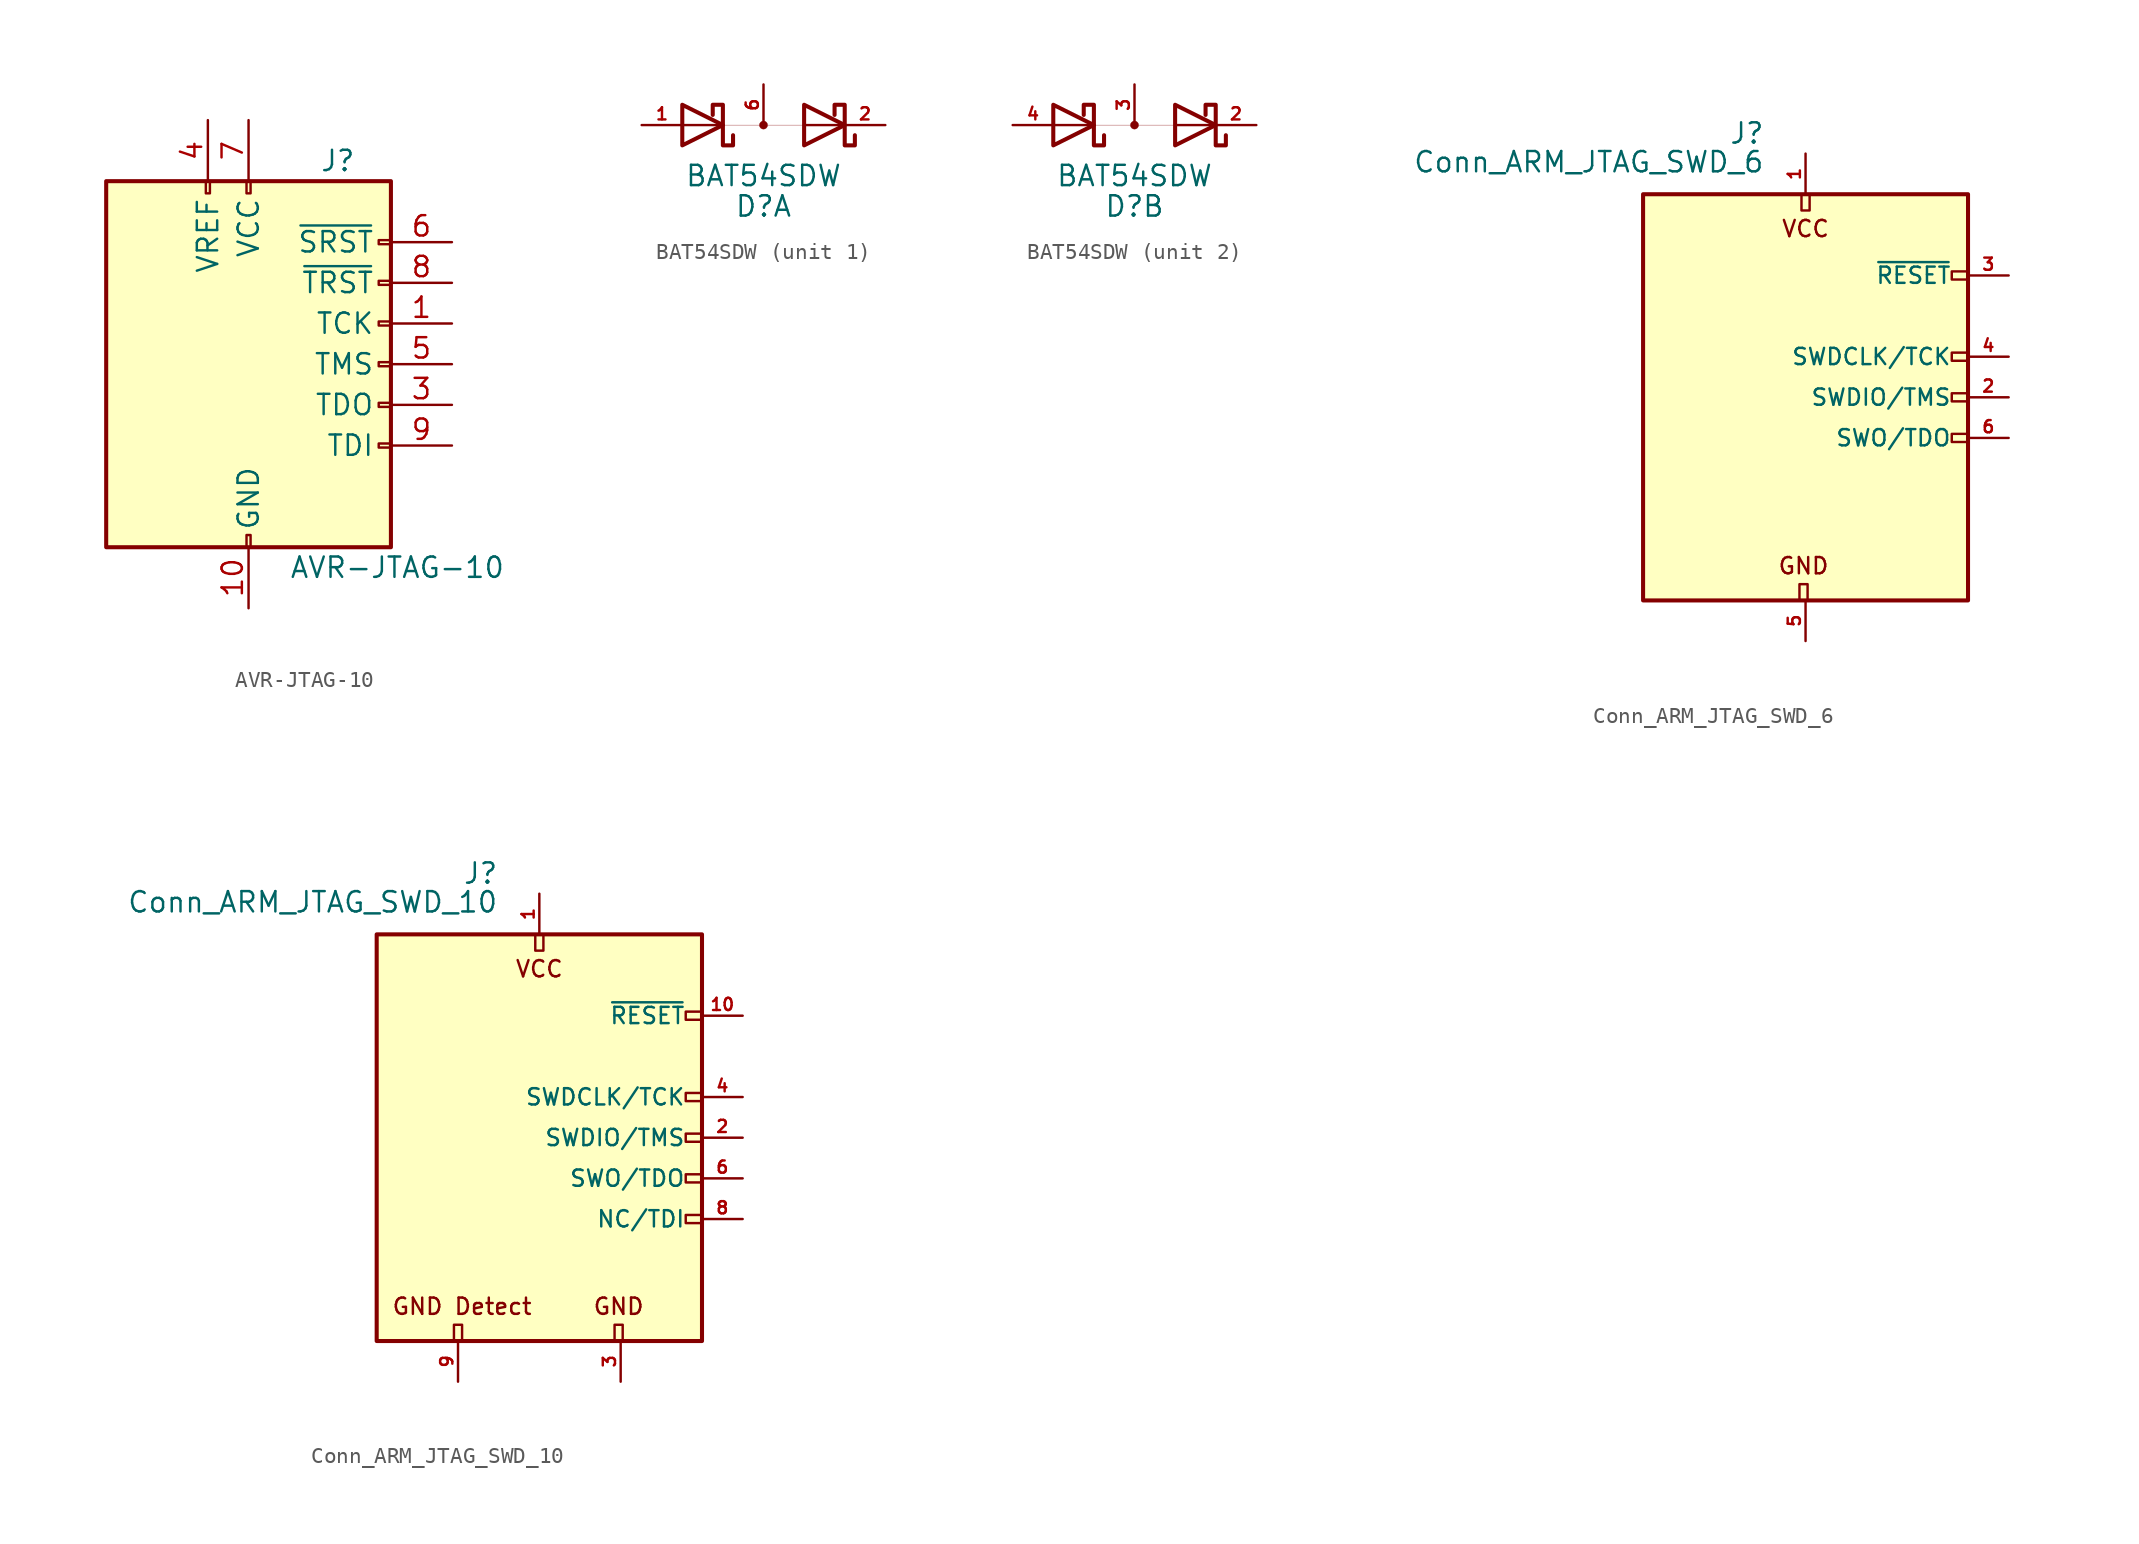
<source format=kicad_sym>
(kicad_symbol_lib
  (version 20201005)
  (generator kicad_symbol_editor)
  (symbol "acheronSymbols:AVR-JTAG-10"
    (pin_names
      (offset 1.016))
    (property "Reference" "J"
      (at 4.445 12.7 0)
      (effects (font (size 1.27 1.27)) (justify left)))
    (property "Value" "AVR-JTAG-10"
      (at 2.54 -12.7 0)
      (effects (font (size 1.27 1.27)) (justify left)))
    (symbol "AVR-JTAG-10_0_1"
      (rectangle (start -2.667 11.43) (end -2.413 10.668) (stroke (width 0)) (fill (type none)))
      (rectangle (start -0.127 -10.668) (end 0.127 -11.43) (stroke (width 0)) (fill (type none)))
      (rectangle (start -0.127 11.43) (end 0.127 10.668) (stroke (width 0)) (fill (type none)))
      (rectangle (start 8.89 -4.953) (end 8.128 -5.207) (stroke (width 0)) (fill (type none)))
      (rectangle (start 8.89 -2.413) (end 8.128 -2.667) (stroke (width 0)) (fill (type none)))
      (rectangle (start 8.89 0.127) (end 8.128 -0.127) (stroke (width 0)) (fill (type none)))
      (rectangle (start 8.89 2.667) (end 8.128 2.413) (stroke (width 0)) (fill (type none)))
      (rectangle (start 8.89 5.207) (end 8.128 4.953) (stroke (width 0)) (fill (type none)))
      (rectangle (start 8.89 7.747) (end 8.128 7.493) (stroke (width 0)) (fill (type none)))
      (rectangle (start 8.89 11.43) (end -8.89 -11.43) (stroke (width 0.254)) (fill (type background))))
    (symbol "AVR-JTAG-10_1_1"
      (pin passive line (at 12.7 2.54 180) (length 3.81) (name "TCK" (effects (font (size 1.27 1.27)))) (number "1" (effects (font (size 1.27 1.27)))))
      (pin power_in line (at 0 -15.24 90) (length 3.81) (name "GND" (effects (font (size 1.27 1.27)))) (number "10" (effects (font (size 1.27 1.27)))))
      (pin passive line (at 0 -15.24 90) (length 3.81) hide (name "GND" (effects (font (size 1.27 1.27)))) (number "2" (effects (font (size 1.27 1.27)))))
      (pin passive line (at 12.7 -2.54 180) (length 3.81) (name "TDO" (effects (font (size 1.27 1.27)))) (number "3" (effects (font (size 1.27 1.27)))))
      (pin passive line (at -2.54 15.24 270) (length 3.81) (name "VREF" (effects (font (size 1.27 1.27)))) (number "4" (effects (font (size 1.27 1.27)))))
      (pin passive line (at 12.7 0 180) (length 3.81) (name "TMS" (effects (font (size 1.27 1.27)))) (number "5" (effects (font (size 1.27 1.27)))))
      (pin passive line (at 12.7 7.62 180) (length 3.81) (name "~SRST" (effects (font (size 1.27 1.27)))) (number "6" (effects (font (size 1.27 1.27)))))
      (pin power_in line (at 0 15.24 270) (length 3.81) (name "VCC" (effects (font (size 1.27 1.27)))) (number "7" (effects (font (size 1.27 1.27)))))
      (pin passive line (at 12.7 5.08 180) (length 3.81) (name "~TRST" (effects (font (size 1.27 1.27)))) (number "8" (effects (font (size 1.27 1.27)))))
      (pin passive line (at 12.7 -5.08 180) (length 3.81) (name "TDI" (effects (font (size 1.27 1.27)))) (number "9" (effects (font (size 1.27 1.27)))))))
  (symbol "acheronSymbols:BAT54SDW"
    (pin_names
      (offset 1.016))
    (property "Reference" "D"
      (at 0 -5.08 0)
      (effects (font (size 1.27 1.27))))
    (property "Value" "BAT54SDW"
      (at 0 -3.175 0)
      (effects (font (size 1.27 1.27))))
    (symbol "BAT54SDW_0_1"
      (circle (center 0 0) (radius 0.254) (stroke (width 0.003)) (fill (type outline)))
      (rectangle (start -2.54 0) (end 2.54 0) (stroke (width 0.001)) (fill (type none)))
      (polyline (pts (xy -5.08 0) (xy -2.54 0)) (stroke (width 0)) (fill (type none)))
      (polyline (pts (xy 2.54 0) (xy 5.08 0)) (stroke (width 0)) (fill (type none)))
      (polyline (pts (xy -5.08 -1.27) (xy -5.08 1.27) (xy -2.54 0) (xy -5.08 -1.27)) (stroke (width 0.254)) (fill (type none)))
      (polyline (pts (xy 2.54 -1.27) (xy 2.54 1.27) (xy 5.08 0) (xy 2.54 -1.27)) (stroke (width 0.254)) (fill (type none)))
      (polyline (pts (xy -1.905 -0.635) (xy -1.905 -1.27) (xy -2.54 -1.27) (xy -2.54 1.27) (xy -3.175 1.27) (xy -3.175 0.635)) (stroke (width 0.254)) (fill (type none)))
      (polyline (pts (xy 5.715 -0.635) (xy 5.715 -1.27) (xy 5.08 -1.27) (xy 5.08 1.27) (xy 4.445 1.27) (xy 4.445 0.635)) (stroke (width 0.254)) (fill (type none))))
    (symbol "BAT54SDW_1_1"
      (pin passive line (at -7.62 0 0) (length 2.54) (name "4" (effects (font (size 0 0)))) (number "1" (effects (font (size 0.762 0.762)))))
      (pin passive line (at 7.62 0 180) (length 2.54) (name "2" (effects (font (size 0 0)))) (number "2" (effects (font (size 0.762 0.762)))))
      (pin passive line (at 0 2.54 270) (length 2.54) (name "3" (effects (font (size 0 0)))) (number "6" (effects (font (size 0.762 0.762))))))
    (symbol "BAT54SDW_2_1"
      (pin passive line (at 7.62 0 180) (length 2.54) (name "2" (effects (font (size 0 0)))) (number "2" (effects (font (size 0.762 0.762)))))
      (pin passive line (at 0 2.54 270) (length 2.54) (name "3" (effects (font (size 0 0)))) (number "3" (effects (font (size 0.762 0.762)))))
      (pin passive line (at -7.62 0 0) (length 2.54) (name "4" (effects (font (size 0 0)))) (number "4" (effects (font (size 0.762 0.762)))))))
  (symbol "acheronSymbols:Conn_ARM_JTAG_SWD_6"
    (pin_names
      (offset 1.016))
    (property "Reference" "J"
      (at -2.54 16.51 0)
      (effects (font (size 1.27 1.27)) (justify right)))
    (property "Value" "Conn_ARM_JTAG_SWD_6"
      (at -2.54 13.97 0)
      (effects (font (size 1.27 1.27)) (justify right bottom)))
    (symbol "Conn_ARM_JTAG_SWD_6_0_0"
      (text "VCC" (at 0 10.541 0) (effects (font (size 1.016 1.016)))))
    (symbol "Conn_ARM_JTAG_SWD_6_0_1"
      (rectangle (start -0.381 -12.7) (end 0.127 -11.684) (stroke (width 0)) (fill (type none)))
      (rectangle (start -0.254 12.7) (end 0.254 11.684) (stroke (width 0)) (fill (type none)))
      (rectangle (start 9.144 2.286) (end 10.16 2.794) (stroke (width 0)) (fill (type none)))
      (rectangle (start 10.16 -2.794) (end 9.144 -2.286) (stroke (width 0)) (fill (type none)))
      (rectangle (start 10.16 -0.254) (end 9.144 0.254) (stroke (width 0)) (fill (type none)))
      (rectangle (start 10.16 7.874) (end 9.144 7.366) (stroke (width 0)) (fill (type none)))
      (rectangle (start -10.16 12.7) (end 10.16 -12.7) (stroke (width 0.254)) (fill (type background))))
    (symbol "Conn_ARM_JTAG_SWD_6_1_1"
      (text "GND" (at -0.127 -10.541 0) (effects (font (size 1.016 1.016))))
      (pin power_in line (at 0 15.24 270) (length 2.54) (name "VCC" (effects (font (size 0 0)))) (number "1" (effects (font (size 0.762 0.762)))))
      (pin bidirectional line (at 12.7 0 180) (length 2.54) (name "SWDIO/TMS" (effects (font (size 1.016 1.016)))) (number "2" (effects (font (size 0.762 0.762)))))
      (pin open_collector line (at 12.7 7.62 180) (length 2.54) (name "~RESET~" (effects (font (size 1.016 1.016)))) (number "3" (effects (font (size 0.762 0.762)))))
      (pin output line (at 12.7 2.54 180) (length 2.54) (name "SWDCLK/TCK" (effects (font (size 1.016 1.016)))) (number "4" (effects (font (size 0.762 0.762)))))
      (pin power_in line (at 0 -15.24 90) (length 2.54) (name "GND" (effects (font (size 0 0)))) (number "5" (effects (font (size 0.762 0.762)))))
      (pin input line (at 12.7 -2.54 180) (length 2.54) (name "SWO/TDO" (effects (font (size 1.016 1.016)))) (number "6" (effects (font (size 0.762 0.762)))))
      (pin no_connect line (at -10.16 0 0) (length 2.54) hide (name "KEY" (effects (font (size 1.27 1.27)))) (number "7" (effects (font (size 1.27 1.27)))))))
  (symbol "acheronSymbols:Conn_ARM_JTAG_SWD_10"
    (pin_names
      (offset 1.016))
    (property "Reference" "J"
      (at -2.54 16.51 0)
      (effects (font (size 1.27 1.27)) (justify right)))
    (property "Value" "Conn_ARM_JTAG_SWD_10"
      (at -2.54 13.97 0)
      (effects (font (size 1.27 1.27)) (justify right bottom)))
    (symbol "Conn_ARM_JTAG_SWD_10_0_0"
      (text "VCC" (at 0 10.541 0) (effects (font (size 1.016 1.016)))))
    (symbol "Conn_ARM_JTAG_SWD_10_0_1"
      (rectangle (start -5.334 -12.7) (end -4.826 -11.684) (stroke (width 0)) (fill (type none)))
      (rectangle (start -0.254 12.7) (end 0.254 11.684) (stroke (width 0)) (fill (type none)))
      (rectangle (start 4.699 -12.7) (end 5.207 -11.684) (stroke (width 0)) (fill (type none)))
      (rectangle (start 9.144 2.286) (end 10.16 2.794) (stroke (width 0)) (fill (type none)))
      (rectangle (start 10.16 -2.794) (end 9.144 -2.286) (stroke (width 0)) (fill (type none)))
      (rectangle (start 10.16 -0.254) (end 9.144 0.254) (stroke (width 0)) (fill (type none)))
      (rectangle (start 10.16 7.874) (end 9.144 7.366) (stroke (width 0)) (fill (type none)))
      (rectangle (start -10.16 12.7) (end 10.16 -12.7) (stroke (width 0.254)) (fill (type background))))
    (symbol "Conn_ARM_JTAG_SWD_10_1_1"
      (text "GND" (at 4.953 -10.541 0) (effects (font (size 1.016 1.016))))
      (text "GND Detect" (at -4.826 -10.541 0) (effects (font (size 1.016 1.016))))
      (rectangle (start 9.144 -5.334) (end 10.16 -4.826) (stroke (width 0)) (fill (type none)))
      (pin power_in line (at 0 15.24 270) (length 2.54) (name "VCC" (effects (font (size 0 0)))) (number "1" (effects (font (size 0.762 0.762)))))
      (pin open_collector line (at 12.7 7.62 180) (length 2.54) (name "~RESET~" (effects (font (size 1.016 1.016)))) (number "10" (effects (font (size 0.762 0.762)))))
      (pin bidirectional line (at 12.7 0 180) (length 2.54) (name "SWDIO/TMS" (effects (font (size 1.016 1.016)))) (number "2" (effects (font (size 0.762 0.762)))))
      (pin power_in line (at 5.08 -15.24 90) (length 2.54) (name "GND" (effects (font (size 0 0)))) (number "3" (effects (font (size 0.762 0.762)))))
      (pin output line (at 12.7 2.54 180) (length 2.54) (name "SWDCLK/TCK" (effects (font (size 1.016 1.016)))) (number "4" (effects (font (size 0.762 0.762)))))
      (pin passive line (at 5.08 -15.24 90) (length 2.54) hide (name "GND" (effects (font (size 1.27 1.27)))) (number "5" (effects (font (size 1.27 1.27)))))
      (pin input line (at 12.7 -2.54 180) (length 2.54) (name "SWO/TDO" (effects (font (size 1.016 1.016)))) (number "6" (effects (font (size 0.762 0.762)))))
      (pin no_connect line (at -10.16 0 0) (length 2.54) hide (name "KEY" (effects (font (size 1.27 1.27)))) (number "7" (effects (font (size 1.27 1.27)))))
      (pin output line (at 12.7 -5.08 180) (length 2.54) (name "NC/TDI" (effects (font (size 1.016 1.016)))) (number "8" (effects (font (size 0.762 0.762)))))
      (pin passive line (at -5.08 -15.24 90) (length 2.54) (name "GNDDetect" (effects (font (size 0 0)))) (number "9" (effects (font (size 0.762 0.762))))))))
</source>
